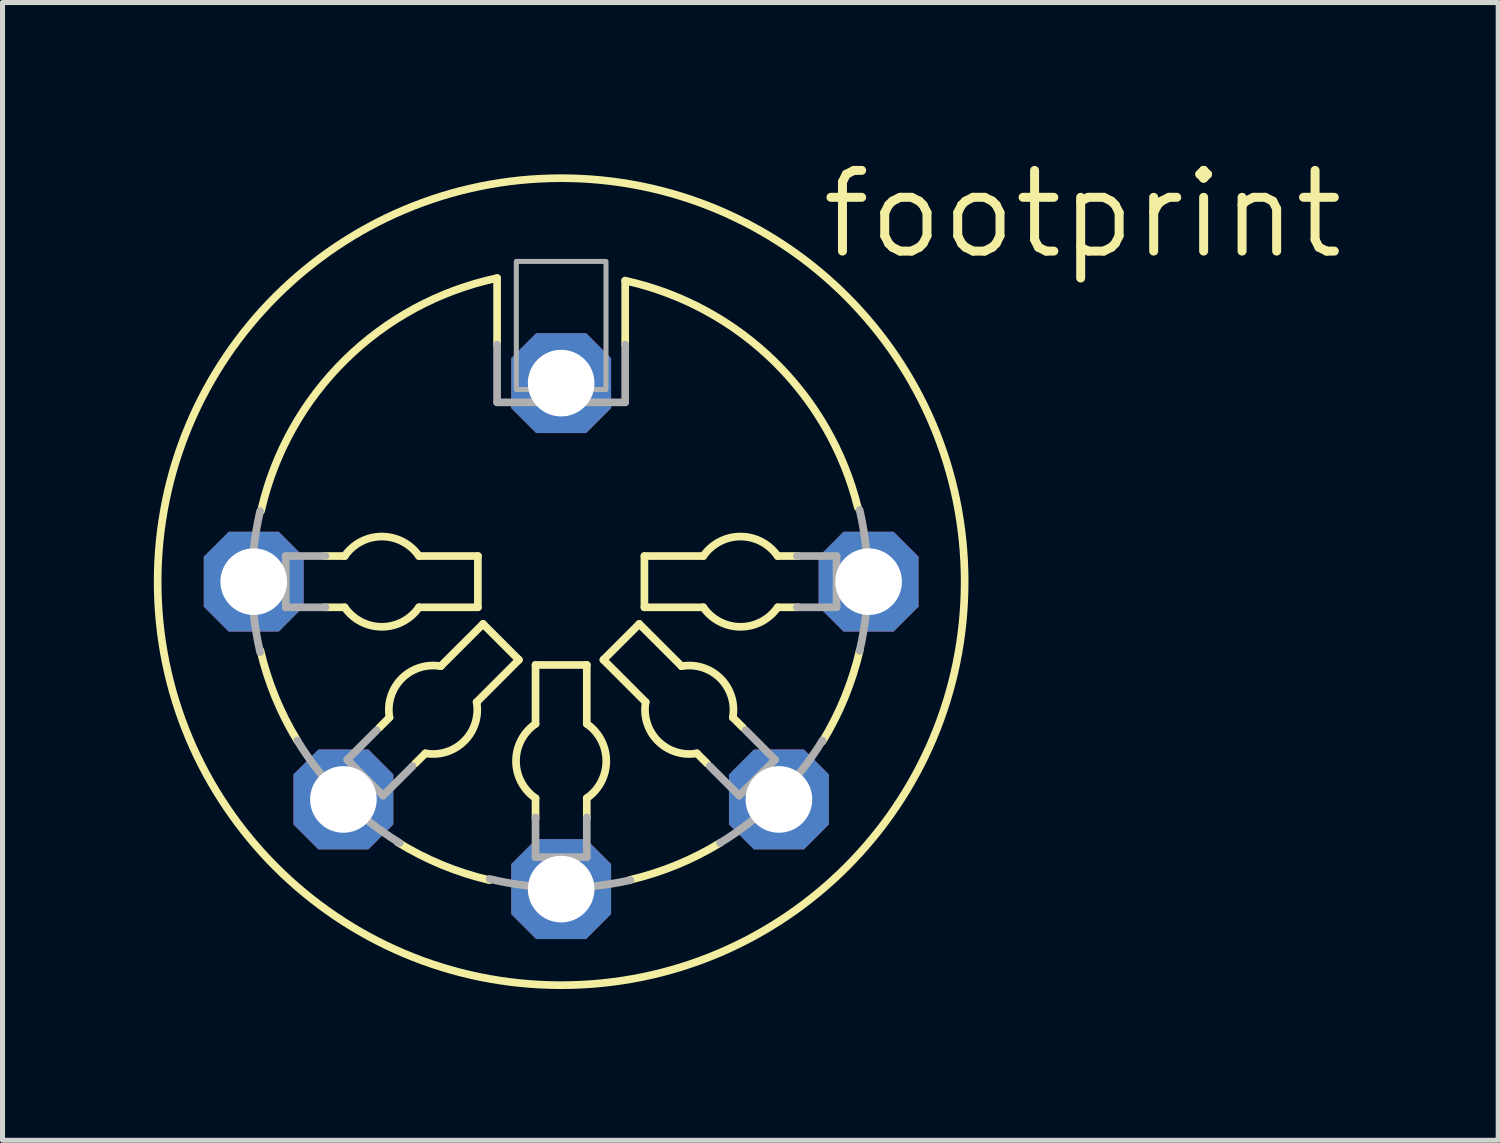
<source format=kicad_pcb>
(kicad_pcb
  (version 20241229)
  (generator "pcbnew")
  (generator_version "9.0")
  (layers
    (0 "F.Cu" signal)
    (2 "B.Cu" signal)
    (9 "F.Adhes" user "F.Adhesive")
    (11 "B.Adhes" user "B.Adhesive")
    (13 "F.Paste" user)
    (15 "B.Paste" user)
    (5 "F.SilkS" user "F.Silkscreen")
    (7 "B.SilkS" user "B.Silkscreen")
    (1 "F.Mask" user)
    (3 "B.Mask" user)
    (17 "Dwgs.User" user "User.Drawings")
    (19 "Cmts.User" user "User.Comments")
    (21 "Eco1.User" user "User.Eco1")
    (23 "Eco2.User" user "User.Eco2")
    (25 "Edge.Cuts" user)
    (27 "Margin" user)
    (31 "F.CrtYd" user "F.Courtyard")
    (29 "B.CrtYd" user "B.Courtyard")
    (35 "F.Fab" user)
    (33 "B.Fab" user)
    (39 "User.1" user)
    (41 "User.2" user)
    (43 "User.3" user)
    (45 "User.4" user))
  (footprint "footprint"
    (layer "F.Cu")
    (at 8.077 8.484)
    (property "Reference" "footprint" (at 5.08 -6.35 0) (layer "F.SilkS") (effects (font (size 1.6 1.6) (thickness 0.178)) (justify left bottom)))
    (fp_line (start -4.699 -0.508) (end -4.293 -0.508) (stroke (width 0.152) (type solid)) (layer "F.SilkS"))
    (fp_line (start -4.293 0.508) (end -4.699 0.508) (stroke (width 0.152) (type solid)) (layer "F.SilkS"))
    (fp_line (start -3.607 2.896) (end -3.404 2.692) (stroke (width 0.152) (type solid)) (layer "F.SilkS"))
    (fp_line (start -2.819 -0.508) (end -1.651 -0.508) (stroke (width 0.152) (type solid)) (layer "F.SilkS"))
    (fp_line (start -2.692 3.404) (end -2.896 3.607) (stroke (width 0.152) (type solid)) (layer "F.SilkS"))
    (fp_line (start -2.388 1.676) (end -1.549 0.838) (stroke (width 0.152) (type solid)) (layer "F.SilkS"))
    (fp_line (start -1.651 -0.508) (end -1.651 0.508) (stroke (width 0.152) (type solid)) (layer "F.SilkS"))
    (fp_line (start -1.651 0.508) (end -2.819 0.508) (stroke (width 0.152) (type solid)) (layer "F.SilkS"))
    (fp_line (start -1.549 0.838) (end -0.838 1.549) (stroke (width 0.152) (type solid)) (layer "F.SilkS"))
    (fp_line (start -1.27 -4.699) (end -1.27 -6.02) (stroke (width 0.152) (type solid)) (layer "F.SilkS"))
    (fp_line (start -0.838 1.549) (end -1.676 2.388) (stroke (width 0.152) (type solid)) (layer "F.SilkS"))
    (fp_line (start -0.508 1.651) (end 0.508 1.651) (stroke (width 0.152) (type solid)) (layer "F.SilkS"))
    (fp_line (start -0.508 2.819) (end -0.508 1.651) (stroke (width 0.152) (type solid)) (layer "F.SilkS"))
    (fp_line (start -0.508 4.699) (end -0.508 4.293) (stroke (width 0.152) (type solid)) (layer "F.SilkS"))
    (fp_line (start 0.508 1.651) (end 0.508 2.819) (stroke (width 0.152) (type solid)) (layer "F.SilkS"))
    (fp_line (start 0.508 4.293) (end 0.508 4.699) (stroke (width 0.152) (type solid)) (layer "F.SilkS"))
    (fp_line (start 0.838 1.549) (end 1.549 0.838) (stroke (width 0.152) (type solid)) (layer "F.SilkS"))
    (fp_line (start 1.27 -4.699) (end 1.27 -5.969) (stroke (width 0.152) (type solid)) (layer "F.SilkS"))
    (fp_line (start 1.549 0.838) (end 2.388 1.676) (stroke (width 0.152) (type solid)) (layer "F.SilkS"))
    (fp_line (start 1.651 -0.508) (end 2.819 -0.508) (stroke (width 0.152) (type solid)) (layer "F.SilkS"))
    (fp_line (start 1.651 0.508) (end 1.651 -0.508) (stroke (width 0.152) (type solid)) (layer "F.SilkS"))
    (fp_line (start 1.676 2.388) (end 0.838 1.549) (stroke (width 0.152) (type solid)) (layer "F.SilkS"))
    (fp_line (start 2.819 0.508) (end 1.651 0.508) (stroke (width 0.152) (type solid)) (layer "F.SilkS"))
    (fp_line (start 2.896 3.607) (end 2.692 3.404) (stroke (width 0.152) (type solid)) (layer "F.SilkS"))
    (fp_line (start 3.404 2.692) (end 3.607 2.896) (stroke (width 0.152) (type solid)) (layer "F.SilkS"))
    (fp_line (start 4.293 -0.508) (end 4.699 -0.508) (stroke (width 0.152) (type solid)) (layer "F.SilkS"))
    (fp_line (start 4.699 0.508) (end 4.293 0.508) (stroke (width 0.152) (type solid)) (layer "F.SilkS"))
    (fp_arc (start -5.9509 -1.4033) (mid -4.28526 -4.395774) (end -1.269999 -6.0198) (stroke (width 0.1524) (type solid)) (layer "F.SilkS"))
    (fp_arc (start -5.2324 3.1496) (mid -5.669034 2.286095) (end -5.9636 1.3644) (stroke (width 0.1524) (type solid)) (layer "F.SilkS"))
    (fp_arc (start -4.2926 -0.508) (mid -3.556 -0.894785) (end -2.8194 -0.508) (stroke (width 0.1524) (type solid)) (layer "F.SilkS"))
    (fp_arc (start -3.4036 2.6924) (mid -3.160093 1.919906) (end -2.3876 1.676399) (stroke (width 0.1524) (type solid)) (layer "F.SilkS"))
    (fp_arc (start -2.8194 0.508) (mid -3.556 0.894785) (end -4.2926 0.508) (stroke (width 0.1524) (type solid)) (layer "F.SilkS"))
    (fp_arc (start -1.676399 2.3876) (mid -1.919906 3.160093) (end -2.6924 3.4036) (stroke (width 0.1524) (type solid)) (layer "F.SilkS"))
    (fp_arc (start -1.4224 5.9182) (mid -2.360503 5.617342) (end -3.2383 5.1701) (stroke (width 0.1524) (type solid)) (layer "F.SilkS"))
    (fp_arc (start -0.508 4.2926) (mid -0.894785 3.556) (end -0.508 2.8194) (stroke (width 0.1524) (type solid)) (layer "F.SilkS"))
    (fp_arc (start 0.508 2.8194) (mid 0.894785 3.556) (end 0.508 4.2926) (stroke (width 0.1524) (type solid)) (layer "F.SilkS"))
    (fp_arc (start 1.27 -5.969) (mid 4.217041 -4.377083) (end 5.882901 -1.471199) (stroke (width 0.1524) (type solid)) (layer "F.SilkS"))
    (fp_arc (start 2.3876 1.6764) (mid 3.160092 1.919907) (end 3.403599 2.692399) (stroke (width 0.1524) (type solid)) (layer "F.SilkS"))
    (fp_arc (start 2.692399 3.403599) (mid 1.919907 3.160092) (end 1.6764 2.3876) (stroke (width 0.1524) (type solid)) (layer "F.SilkS"))
    (fp_arc (start 2.8194 -0.508) (mid 3.556 -0.894785) (end 4.2926 -0.508) (stroke (width 0.1524) (type solid)) (layer "F.SilkS"))
    (fp_arc (start 3.1496 5.1816) (mid 2.286095 5.618234) (end 1.3644 5.9128) (stroke (width 0.1524) (type solid)) (layer "F.SilkS"))
    (fp_arc (start 4.2926 0.508) (mid 3.556 0.894785) (end 2.8194 0.508) (stroke (width 0.1524) (type solid)) (layer "F.SilkS"))
    (fp_arc (start 5.9182 1.3716) (mid 5.622106 2.298097) (end 5.1832 3.1661) (stroke (width 0.1524) (type solid)) (layer "F.SilkS"))
    (fp_circle (center 0 0) (end 8.001 0) (stroke (width 0.152) (type solid)) (fill no) (layer "F.SilkS"))
    (fp_line (start -5.461 -0.508) (end -4.674 -0.508) (stroke (width 0.152) (type solid)) (layer "F.Fab"))
    (fp_line (start -5.461 0.508) (end -5.461 -0.508) (stroke (width 0.152) (type solid)) (layer "F.Fab"))
    (fp_line (start -4.674 0.508) (end -5.461 0.508) (stroke (width 0.152) (type solid)) (layer "F.Fab"))
    (fp_line (start -4.242 3.531) (end -3.658 2.946) (stroke (width 0.152) (type solid)) (layer "F.Fab"))
    (fp_line (start -3.531 4.242) (end -4.242 3.531) (stroke (width 0.152) (type solid)) (layer "F.Fab"))
    (fp_line (start -2.946 3.658) (end -3.531 4.242) (stroke (width 0.152) (type solid)) (layer "F.Fab"))
    (fp_line (start -1.27 -4.699) (end -1.27 -3.556) (stroke (width 0.152) (type solid)) (layer "F.Fab"))
    (fp_line (start -1.27 -3.556) (end 1.27 -3.556) (stroke (width 0.152) (type solid)) (layer "F.Fab"))
    (fp_line (start -0.508 5.461) (end -0.508 4.674) (stroke (width 0.152) (type solid)) (layer "F.Fab"))
    (fp_line (start 0.508 4.674) (end 0.508 5.461) (stroke (width 0.152) (type solid)) (layer "F.Fab"))
    (fp_line (start 0.508 5.461) (end -0.508 5.461) (stroke (width 0.152) (type solid)) (layer "F.Fab"))
    (fp_line (start 1.27 -3.556) (end 1.27 -4.699) (stroke (width 0.152) (type solid)) (layer "F.Fab"))
    (fp_line (start 3.531 4.242) (end 2.946 3.658) (stroke (width 0.152) (type solid)) (layer "F.Fab"))
    (fp_line (start 3.658 2.946) (end 4.242 3.531) (stroke (width 0.152) (type solid)) (layer "F.Fab"))
    (fp_line (start 4.242 3.531) (end 3.531 4.242) (stroke (width 0.152) (type solid)) (layer "F.Fab"))
    (fp_line (start 4.674 -0.508) (end 5.461 -0.508) (stroke (width 0.152) (type solid)) (layer "F.Fab"))
    (fp_line (start 5.461 -0.508) (end 5.461 0.508) (stroke (width 0.152) (type solid)) (layer "F.Fab"))
    (fp_line (start 5.461 0.508) (end 4.674 0.508) (stroke (width 0.152) (type solid)) (layer "F.Fab"))
    (fp_arc (start -5.969 1.397) (mid -6.130299 0) (end -5.969 -1.397) (stroke (width 0.1524) (type solid)) (layer "F.Fab"))
    (fp_arc (start -3.2004 5.1816) (mid -4.337793 4.286993) (end -5.2324 3.1496) (stroke (width 0.1524) (type solid)) (layer "F.Fab"))
    (fp_arc (start 1.3716 5.9182) (mid -0.023949 6.067919) (end -1.4169 5.8957) (stroke (width 0.1524) (type solid)) (layer "F.Fab"))
    (fp_arc (start 5.1816 3.1496) (mid 4.286993 4.286993) (end 3.1496 5.1816) (stroke (width 0.1524) (type solid)) (layer "F.Fab"))
    (fp_arc (start 5.9182 -1.4224) (mid 6.079499 -0.0254) (end 5.9182 1.3716) (stroke (width 0.1524) (type solid)) (layer "F.Fab"))
    (fp_poly (pts (xy -0.889 -3.81) (xy 0.889 -3.81) (xy 0.889 -6.35) (xy -0.889 -6.35)) (stroke (width 0.1) (type solid)) (fill no) (layer "F.Fab"))
    (pad "1" thru_hole roundrect (at 6.096 0) (size 1.981 1.981) (drill 1.321) (layers "*.Cu" "*.Mask") (roundrect_rratio 0.25) (chamfer_ratio 0.25) (chamfer top_left top_right bottom_left bottom_right))
    (pad "2" thru_hole roundrect (at 0 6.096) (size 1.981 1.981) (drill 1.321) (layers "*.Cu" "*.Mask") (roundrect_rratio 0.25) (chamfer_ratio 0.25) (chamfer top_left top_right bottom_left bottom_right))
    (pad "3" thru_hole roundrect (at -6.096 0) (size 1.981 1.981) (drill 1.321) (layers "*.Cu" "*.Mask") (roundrect_rratio 0.25) (chamfer_ratio 0.25) (chamfer top_left top_right bottom_left bottom_right))
    (pad "4" thru_hole roundrect (at 4.318 4.318) (size 1.981 1.981) (drill 1.321) (layers "*.Cu" "*.Mask") (roundrect_rratio 0.25) (chamfer_ratio 0.25) (chamfer top_left top_right bottom_left bottom_right))
    (pad "5" thru_hole roundrect (at -4.318 4.318) (size 1.981 1.981) (drill 1.321) (layers "*.Cu" "*.Mask") (roundrect_rratio 0.25) (chamfer_ratio 0.25) (chamfer top_left top_right bottom_left bottom_right))
    (pad "PE" thru_hole roundrect (at 0 -3.937) (size 1.981 1.981) (drill 1.321) (layers "*.Cu" "*.Mask") (roundrect_rratio 0.25) (chamfer_ratio 0.25) (chamfer top_left top_right bottom_left bottom_right)))
  (gr_rect
    (start -3 -3)
    (end 26.658 19.561)
    (stroke (width 0.1) (type default))
    (fill no)
    (layer "Edge.Cuts")))
</source>
